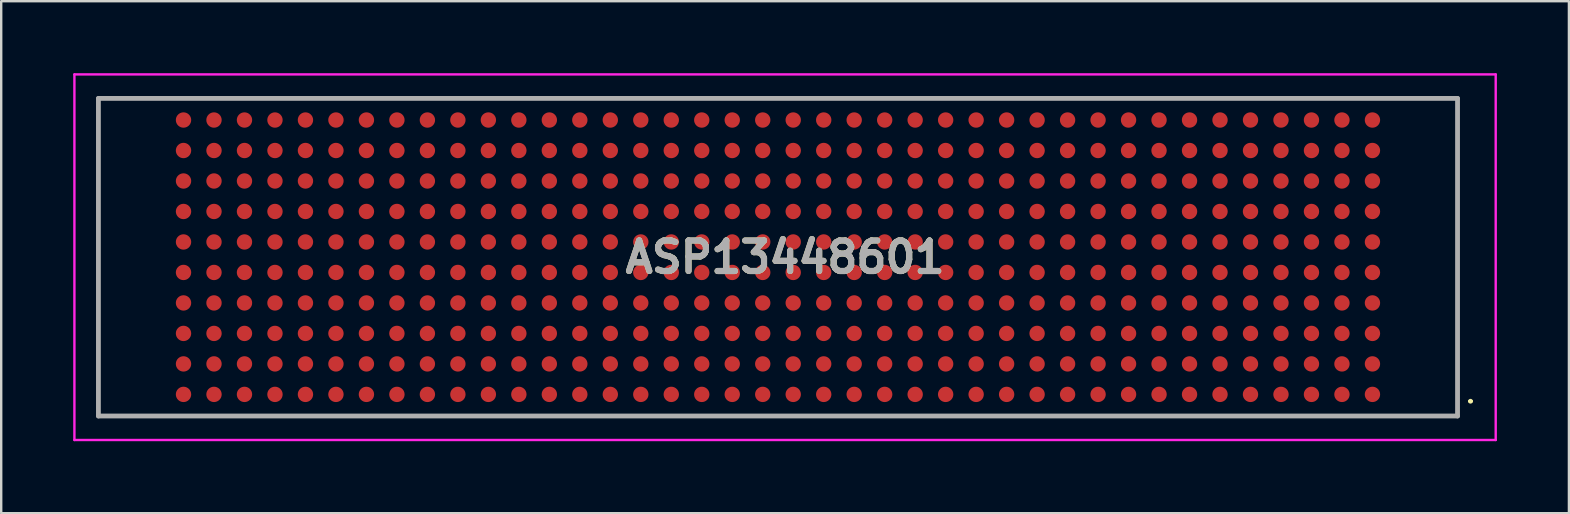
<source format=kicad_pcb>
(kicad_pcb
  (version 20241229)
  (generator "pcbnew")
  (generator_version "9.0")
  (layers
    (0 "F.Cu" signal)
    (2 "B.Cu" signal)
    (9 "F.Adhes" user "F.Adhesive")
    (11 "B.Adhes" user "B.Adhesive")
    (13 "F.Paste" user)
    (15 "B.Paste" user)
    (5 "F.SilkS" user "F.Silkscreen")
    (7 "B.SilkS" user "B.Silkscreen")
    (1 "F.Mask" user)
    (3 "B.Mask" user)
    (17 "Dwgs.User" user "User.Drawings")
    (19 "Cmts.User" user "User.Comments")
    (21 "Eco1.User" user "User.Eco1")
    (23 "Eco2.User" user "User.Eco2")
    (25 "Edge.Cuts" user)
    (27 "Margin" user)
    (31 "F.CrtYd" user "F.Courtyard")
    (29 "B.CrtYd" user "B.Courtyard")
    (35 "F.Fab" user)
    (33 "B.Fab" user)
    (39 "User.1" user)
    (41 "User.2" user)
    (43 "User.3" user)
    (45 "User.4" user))
  (footprint "ASP13448601"
    (layer "F.Cu")
    (at 29.655 7.665)
    (property "Reference" "ASP13448601" (at 0 0 0) (layer "F.SilkS") (effects (font (size 1.27 1.27) (thickness 0.254))))
    (attr through_hole)
    (fp_line (start -28.605 -6.615) (end 28.015 -6.615) (stroke (width 0.1) (type solid)) (layer "F.SilkS"))
    (fp_line (start -28.605 6.615) (end -28.605 -6.615) (stroke (width 0.1) (type solid)) (layer "F.SilkS"))
    (fp_line (start 28.015 -6.615) (end 28.015 6.615) (stroke (width 0.1) (type solid)) (layer "F.SilkS"))
    (fp_line (start 28.015 6.615) (end -28.605 6.615) (stroke (width 0.1) (type solid)) (layer "F.SilkS"))
    (fp_line (start 28.505 6) (end 28.505 6) (stroke (width 0.1) (type solid)) (layer "F.SilkS"))
    (fp_line (start 28.605 6) (end 28.605 6) (stroke (width 0.1) (type solid)) (layer "F.SilkS"))
    (fp_arc (start 28.505 6) (mid 28.555 5.95) (end 28.605 6) (stroke (width 0.1) (type solid)) (layer "F.SilkS"))
    (fp_arc (start 28.605 6) (mid 28.555 6.05) (end 28.505 6) (stroke (width 0.1) (type solid)) (layer "F.SilkS"))
    (fp_line (start -29.605 -7.615) (end 29.605 -7.615) (stroke (width 0.1) (type solid)) (layer "F.CrtYd"))
    (fp_line (start -29.605 7.615) (end -29.605 -7.615) (stroke (width 0.1) (type solid)) (layer "F.CrtYd"))
    (fp_line (start 29.605 -7.615) (end 29.605 7.615) (stroke (width 0.1) (type solid)) (layer "F.CrtYd"))
    (fp_line (start 29.605 7.615) (end -29.605 7.615) (stroke (width 0.1) (type solid)) (layer "F.CrtYd"))
    (fp_line (start -28.605 -6.615) (end 28.015 -6.615) (stroke (width 0.2) (type solid)) (layer "F.Fab"))
    (fp_line (start -28.605 6.615) (end -28.605 -6.615) (stroke (width 0.2) (type solid)) (layer "F.Fab"))
    (fp_line (start 28.015 -6.615) (end 28.015 6.615) (stroke (width 0.2) (type solid)) (layer "F.Fab"))
    (fp_line (start 28.015 6.615) (end -28.605 6.615) (stroke (width 0.2) (type solid)) (layer "F.Fab"))
    (fp_text user "${REFERENCE}" (at 0 0 0) (layer "F.Fab") (effects (font (size 1.27 1.27) (thickness 0.254))))
    (pad "" np_thru_hole circle (at -27.485 0) (size 0.001 0.001) (drill 1.27) (layers "*.Cu" "*.Mask"))
    (pad "" np_thru_hole circle (at 26.895 3.05) (size 0.001 0.001) (drill 1.27) (layers "*.Cu" "*.Mask"))
    (pad "A1" smd circle (at 24.47 5.715 90) (size 0.64 0.64) (layers "F.Cu" "F.Mask" "F.Paste"))
    (pad "A2" smd circle (at 23.2 5.715 90) (size 0.64 0.64) (layers "F.Cu" "F.Mask" "F.Paste"))
    (pad "A3" smd circle (at 21.93 5.715 90) (size 0.64 0.64) (layers "F.Cu" "F.Mask" "F.Paste"))
    (pad "A4" smd circle (at 20.66 5.715 90) (size 0.64 0.64) (layers "F.Cu" "F.Mask" "F.Paste"))
    (pad "A5" smd circle (at 19.39 5.715 90) (size 0.64 0.64) (layers "F.Cu" "F.Mask" "F.Paste"))
    (pad "A6" smd circle (at 18.12 5.715 90) (size 0.64 0.64) (layers "F.Cu" "F.Mask" "F.Paste"))
    (pad "A7" smd circle (at 16.85 5.715 90) (size 0.64 0.64) (layers "F.Cu" "F.Mask" "F.Paste"))
    (pad "A8" smd circle (at 15.58 5.715 90) (size 0.64 0.64) (layers "F.Cu" "F.Mask" "F.Paste"))
    (pad "A9" smd circle (at 14.31 5.715 90) (size 0.64 0.64) (layers "F.Cu" "F.Mask" "F.Paste"))
    (pad "A10" smd circle (at 13.04 5.715 90) (size 0.64 0.64) (layers "F.Cu" "F.Mask" "F.Paste"))
    (pad "A11" smd circle (at 11.77 5.715 90) (size 0.64 0.64) (layers "F.Cu" "F.Mask" "F.Paste"))
    (pad "A12" smd circle (at 10.5 5.715 90) (size 0.64 0.64) (layers "F.Cu" "F.Mask" "F.Paste"))
    (pad "A13" smd circle (at 9.23 5.715 90) (size 0.64 0.64) (layers "F.Cu" "F.Mask" "F.Paste"))
    (pad "A14" smd circle (at 7.96 5.715 90) (size 0.64 0.64) (layers "F.Cu" "F.Mask" "F.Paste"))
    (pad "A15" smd circle (at 6.69 5.715 90) (size 0.64 0.64) (layers "F.Cu" "F.Mask" "F.Paste"))
    (pad "A16" smd circle (at 5.42 5.715 90) (size 0.64 0.64) (layers "F.Cu" "F.Mask" "F.Paste"))
    (pad "A17" smd circle (at 4.15 5.715 90) (size 0.64 0.64) (layers "F.Cu" "F.Mask" "F.Paste"))
    (pad "A18" smd circle (at 2.88 5.715 90) (size 0.64 0.64) (layers "F.Cu" "F.Mask" "F.Paste"))
    (pad "A19" smd circle (at 1.61 5.715 90) (size 0.64 0.64) (layers "F.Cu" "F.Mask" "F.Paste"))
    (pad "A20" smd circle (at 0.34 5.715 90) (size 0.64 0.64) (layers "F.Cu" "F.Mask" "F.Paste"))
    (pad "A21" smd circle (at -0.93 5.715 90) (size 0.64 0.64) (layers "F.Cu" "F.Mask" "F.Paste"))
    (pad "A22" smd circle (at -2.2 5.715 90) (size 0.64 0.64) (layers "F.Cu" "F.Mask" "F.Paste"))
    (pad "A23" smd circle (at -3.47 5.715 90) (size 0.64 0.64) (layers "F.Cu" "F.Mask" "F.Paste"))
    (pad "A24" smd circle (at -4.74 5.715 90) (size 0.64 0.64) (layers "F.Cu" "F.Mask" "F.Paste"))
    (pad "A25" smd circle (at -6.01 5.715 90) (size 0.64 0.64) (layers "F.Cu" "F.Mask" "F.Paste"))
    (pad "A26" smd circle (at -7.28 5.715 90) (size 0.64 0.64) (layers "F.Cu" "F.Mask" "F.Paste"))
    (pad "A27" smd circle (at -8.55 5.715 90) (size 0.64 0.64) (layers "F.Cu" "F.Mask" "F.Paste"))
    (pad "A28" smd circle (at -9.82 5.715 90) (size 0.64 0.64) (layers "F.Cu" "F.Mask" "F.Paste"))
    (pad "A29" smd circle (at -11.09 5.715 90) (size 0.64 0.64) (layers "F.Cu" "F.Mask" "F.Paste"))
    (pad "A30" smd circle (at -12.36 5.715 90) (size 0.64 0.64) (layers "F.Cu" "F.Mask" "F.Paste"))
    (pad "A31" smd circle (at -13.63 5.715 90) (size 0.64 0.64) (layers "F.Cu" "F.Mask" "F.Paste"))
    (pad "A32" smd circle (at -14.9 5.715 90) (size 0.64 0.64) (layers "F.Cu" "F.Mask" "F.Paste"))
    (pad "A33" smd circle (at -16.17 5.715 90) (size 0.64 0.64) (layers "F.Cu" "F.Mask" "F.Paste"))
    (pad "A34" smd circle (at -17.44 5.715 90) (size 0.64 0.64) (layers "F.Cu" "F.Mask" "F.Paste"))
    (pad "A35" smd circle (at -18.71 5.715 90) (size 0.64 0.64) (layers "F.Cu" "F.Mask" "F.Paste"))
    (pad "A36" smd circle (at -19.98 5.715 90) (size 0.64 0.64) (layers "F.Cu" "F.Mask" "F.Paste"))
    (pad "A37" smd circle (at -21.25 5.715 90) (size 0.64 0.64) (layers "F.Cu" "F.Mask" "F.Paste"))
    (pad "A38" smd circle (at -22.52 5.715 90) (size 0.64 0.64) (layers "F.Cu" "F.Mask" "F.Paste"))
    (pad "A39" smd circle (at -23.79 5.715 90) (size 0.64 0.64) (layers "F.Cu" "F.Mask" "F.Paste"))
    (pad "A40" smd circle (at -25.06 5.715 90) (size 0.64 0.64) (layers "F.Cu" "F.Mask" "F.Paste"))
    (pad "B1" smd circle (at 24.47 4.445 90) (size 0.64 0.64) (layers "F.Cu" "F.Mask" "F.Paste"))
    (pad "B2" smd circle (at 23.2 4.445 90) (size 0.64 0.64) (layers "F.Cu" "F.Mask" "F.Paste"))
    (pad "B3" smd circle (at 21.93 4.445 90) (size 0.64 0.64) (layers "F.Cu" "F.Mask" "F.Paste"))
    (pad "B4" smd circle (at 20.66 4.445 90) (size 0.64 0.64) (layers "F.Cu" "F.Mask" "F.Paste"))
    (pad "B5" smd circle (at 19.39 4.445 90) (size 0.64 0.64) (layers "F.Cu" "F.Mask" "F.Paste"))
    (pad "B6" smd circle (at 18.12 4.445 90) (size 0.64 0.64) (layers "F.Cu" "F.Mask" "F.Paste"))
    (pad "B7" smd circle (at 16.85 4.445 90) (size 0.64 0.64) (layers "F.Cu" "F.Mask" "F.Paste"))
    (pad "B8" smd circle (at 15.58 4.445 90) (size 0.64 0.64) (layers "F.Cu" "F.Mask" "F.Paste"))
    (pad "B9" smd circle (at 14.31 4.445 90) (size 0.64 0.64) (layers "F.Cu" "F.Mask" "F.Paste"))
    (pad "B10" smd circle (at 13.04 4.445 90) (size 0.64 0.64) (layers "F.Cu" "F.Mask" "F.Paste"))
    (pad "B11" smd circle (at 11.77 4.445 90) (size 0.64 0.64) (layers "F.Cu" "F.Mask" "F.Paste"))
    (pad "B12" smd circle (at 10.5 4.445 90) (size 0.64 0.64) (layers "F.Cu" "F.Mask" "F.Paste"))
    (pad "B13" smd circle (at 9.23 4.445 90) (size 0.64 0.64) (layers "F.Cu" "F.Mask" "F.Paste"))
    (pad "B14" smd circle (at 7.96 4.445 90) (size 0.64 0.64) (layers "F.Cu" "F.Mask" "F.Paste"))
    (pad "B15" smd circle (at 6.69 4.445 90) (size 0.64 0.64) (layers "F.Cu" "F.Mask" "F.Paste"))
    (pad "B16" smd circle (at 5.42 4.445 90) (size 0.64 0.64) (layers "F.Cu" "F.Mask" "F.Paste"))
    (pad "B17" smd circle (at 4.15 4.445 90) (size 0.64 0.64) (layers "F.Cu" "F.Mask" "F.Paste"))
    (pad "B18" smd circle (at 2.88 4.445 90) (size 0.64 0.64) (layers "F.Cu" "F.Mask" "F.Paste"))
    (pad "B19" smd circle (at 1.61 4.445 90) (size 0.64 0.64) (layers "F.Cu" "F.Mask" "F.Paste"))
    (pad "B20" smd circle (at 0.34 4.445 90) (size 0.64 0.64) (layers "F.Cu" "F.Mask" "F.Paste"))
    (pad "B21" smd circle (at -0.93 4.445 90) (size 0.64 0.64) (layers "F.Cu" "F.Mask" "F.Paste"))
    (pad "B22" smd circle (at -2.2 4.445 90) (size 0.64 0.64) (layers "F.Cu" "F.Mask" "F.Paste"))
    (pad "B23" smd circle (at -3.47 4.445 90) (size 0.64 0.64) (layers "F.Cu" "F.Mask" "F.Paste"))
    (pad "B24" smd circle (at -4.74 4.445 90) (size 0.64 0.64) (layers "F.Cu" "F.Mask" "F.Paste"))
    (pad "B25" smd circle (at -6.01 4.445 90) (size 0.64 0.64) (layers "F.Cu" "F.Mask" "F.Paste"))
    (pad "B26" smd circle (at -7.28 4.445 90) (size 0.64 0.64) (layers "F.Cu" "F.Mask" "F.Paste"))
    (pad "B27" smd circle (at -8.55 4.445 90) (size 0.64 0.64) (layers "F.Cu" "F.Mask" "F.Paste"))
    (pad "B28" smd circle (at -9.82 4.445 90) (size 0.64 0.64) (layers "F.Cu" "F.Mask" "F.Paste"))
    (pad "B29" smd circle (at -11.09 4.445 90) (size 0.64 0.64) (layers "F.Cu" "F.Mask" "F.Paste"))
    (pad "B30" smd circle (at -12.36 4.445 90) (size 0.64 0.64) (layers "F.Cu" "F.Mask" "F.Paste"))
    (pad "B31" smd circle (at -13.63 4.445 90) (size 0.64 0.64) (layers "F.Cu" "F.Mask" "F.Paste"))
    (pad "B32" smd circle (at -14.9 4.445 90) (size 0.64 0.64) (layers "F.Cu" "F.Mask" "F.Paste"))
    (pad "B33" smd circle (at -16.17 4.445 90) (size 0.64 0.64) (layers "F.Cu" "F.Mask" "F.Paste"))
    (pad "B34" smd circle (at -17.44 4.445 90) (size 0.64 0.64) (layers "F.Cu" "F.Mask" "F.Paste"))
    (pad "B35" smd circle (at -18.71 4.445 90) (size 0.64 0.64) (layers "F.Cu" "F.Mask" "F.Paste"))
    (pad "B36" smd circle (at -19.98 4.445 90) (size 0.64 0.64) (layers "F.Cu" "F.Mask" "F.Paste"))
    (pad "B37" smd circle (at -21.25 4.445 90) (size 0.64 0.64) (layers "F.Cu" "F.Mask" "F.Paste"))
    (pad "B38" smd circle (at -22.52 4.445 90) (size 0.64 0.64) (layers "F.Cu" "F.Mask" "F.Paste"))
    (pad "B39" smd circle (at -23.79 4.445 90) (size 0.64 0.64) (layers "F.Cu" "F.Mask" "F.Paste"))
    (pad "B40" smd circle (at -25.06 4.445 90) (size 0.64 0.64) (layers "F.Cu" "F.Mask" "F.Paste"))
    (pad "C1" smd circle (at 24.47 3.175 90) (size 0.64 0.64) (layers "F.Cu" "F.Mask" "F.Paste"))
    (pad "C2" smd circle (at 23.2 3.175 90) (size 0.64 0.64) (layers "F.Cu" "F.Mask" "F.Paste"))
    (pad "C3" smd circle (at 21.93 3.175 90) (size 0.64 0.64) (layers "F.Cu" "F.Mask" "F.Paste"))
    (pad "C4" smd circle (at 20.66 3.175 90) (size 0.64 0.64) (layers "F.Cu" "F.Mask" "F.Paste"))
    (pad "C5" smd circle (at 19.39 3.175 90) (size 0.64 0.64) (layers "F.Cu" "F.Mask" "F.Paste"))
    (pad "C6" smd circle (at 18.12 3.175 90) (size 0.64 0.64) (layers "F.Cu" "F.Mask" "F.Paste"))
    (pad "C7" smd circle (at 16.85 3.175 90) (size 0.64 0.64) (layers "F.Cu" "F.Mask" "F.Paste"))
    (pad "C8" smd circle (at 15.58 3.175 90) (size 0.64 0.64) (layers "F.Cu" "F.Mask" "F.Paste"))
    (pad "C9" smd circle (at 14.31 3.175 90) (size 0.64 0.64) (layers "F.Cu" "F.Mask" "F.Paste"))
    (pad "C10" smd circle (at 13.04 3.175 90) (size 0.64 0.64) (layers "F.Cu" "F.Mask" "F.Paste"))
    (pad "C11" smd circle (at 11.77 3.175 90) (size 0.64 0.64) (layers "F.Cu" "F.Mask" "F.Paste"))
    (pad "C12" smd circle (at 10.5 3.175 90) (size 0.64 0.64) (layers "F.Cu" "F.Mask" "F.Paste"))
    (pad "C13" smd circle (at 9.23 3.175 90) (size 0.64 0.64) (layers "F.Cu" "F.Mask" "F.Paste"))
    (pad "C14" smd circle (at 7.96 3.175 90) (size 0.64 0.64) (layers "F.Cu" "F.Mask" "F.Paste"))
    (pad "C15" smd circle (at 6.69 3.175 90) (size 0.64 0.64) (layers "F.Cu" "F.Mask" "F.Paste"))
    (pad "C16" smd circle (at 5.42 3.175 90) (size 0.64 0.64) (layers "F.Cu" "F.Mask" "F.Paste"))
    (pad "C17" smd circle (at 4.15 3.175 90) (size 0.64 0.64) (layers "F.Cu" "F.Mask" "F.Paste"))
    (pad "C18" smd circle (at 2.88 3.175 90) (size 0.64 0.64) (layers "F.Cu" "F.Mask" "F.Paste"))
    (pad "C19" smd circle (at 1.61 3.175 90) (size 0.64 0.64) (layers "F.Cu" "F.Mask" "F.Paste"))
    (pad "C20" smd circle (at 0.34 3.175 90) (size 0.64 0.64) (layers "F.Cu" "F.Mask" "F.Paste"))
    (pad "C21" smd circle (at -0.93 3.175 90) (size 0.64 0.64) (layers "F.Cu" "F.Mask" "F.Paste"))
    (pad "C22" smd circle (at -2.2 3.175 90) (size 0.64 0.64) (layers "F.Cu" "F.Mask" "F.Paste"))
    (pad "C23" smd circle (at -3.47 3.175 90) (size 0.64 0.64) (layers "F.Cu" "F.Mask" "F.Paste"))
    (pad "C24" smd circle (at -4.74 3.175 90) (size 0.64 0.64) (layers "F.Cu" "F.Mask" "F.Paste"))
    (pad "C25" smd circle (at -6.01 3.175 90) (size 0.64 0.64) (layers "F.Cu" "F.Mask" "F.Paste"))
    (pad "C26" smd circle (at -7.28 3.175 90) (size 0.64 0.64) (layers "F.Cu" "F.Mask" "F.Paste"))
    (pad "C27" smd circle (at -8.55 3.175 90) (size 0.64 0.64) (layers "F.Cu" "F.Mask" "F.Paste"))
    (pad "C28" smd circle (at -9.82 3.175 90) (size 0.64 0.64) (layers "F.Cu" "F.Mask" "F.Paste"))
    (pad "C29" smd circle (at -11.09 3.175 90) (size 0.64 0.64) (layers "F.Cu" "F.Mask" "F.Paste"))
    (pad "C30" smd circle (at -12.36 3.175 90) (size 0.64 0.64) (layers "F.Cu" "F.Mask" "F.Paste"))
    (pad "C31" smd circle (at -13.63 3.175 90) (size 0.64 0.64) (layers "F.Cu" "F.Mask" "F.Paste"))
    (pad "C32" smd circle (at -14.9 3.175 90) (size 0.64 0.64) (layers "F.Cu" "F.Mask" "F.Paste"))
    (pad "C33" smd circle (at -16.17 3.175 90) (size 0.64 0.64) (layers "F.Cu" "F.Mask" "F.Paste"))
    (pad "C34" smd circle (at -17.44 3.175 90) (size 0.64 0.64) (layers "F.Cu" "F.Mask" "F.Paste"))
    (pad "C35" smd circle (at -18.71 3.175 90) (size 0.64 0.64) (layers "F.Cu" "F.Mask" "F.Paste"))
    (pad "C36" smd circle (at -19.98 3.175 90) (size 0.64 0.64) (layers "F.Cu" "F.Mask" "F.Paste"))
    (pad "C37" smd circle (at -21.25 3.175 90) (size 0.64 0.64) (layers "F.Cu" "F.Mask" "F.Paste"))
    (pad "C38" smd circle (at -22.52 3.175 90) (size 0.64 0.64) (layers "F.Cu" "F.Mask" "F.Paste"))
    (pad "C39" smd circle (at -23.79 3.175 90) (size 0.64 0.64) (layers "F.Cu" "F.Mask" "F.Paste"))
    (pad "C40" smd circle (at -25.06 3.175 90) (size 0.64 0.64) (layers "F.Cu" "F.Mask" "F.Paste"))
    (pad "D1" smd circle (at 24.47 1.905 90) (size 0.64 0.64) (layers "F.Cu" "F.Mask" "F.Paste"))
    (pad "D2" smd circle (at 23.2 1.905 90) (size 0.64 0.64) (layers "F.Cu" "F.Mask" "F.Paste"))
    (pad "D3" smd circle (at 21.93 1.905 90) (size 0.64 0.64) (layers "F.Cu" "F.Mask" "F.Paste"))
    (pad "D4" smd circle (at 20.66 1.905 90) (size 0.64 0.64) (layers "F.Cu" "F.Mask" "F.Paste"))
    (pad "D5" smd circle (at 19.39 1.905 90) (size 0.64 0.64) (layers "F.Cu" "F.Mask" "F.Paste"))
    (pad "D6" smd circle (at 18.12 1.905 90) (size 0.64 0.64) (layers "F.Cu" "F.Mask" "F.Paste"))
    (pad "D7" smd circle (at 16.85 1.905 90) (size 0.64 0.64) (layers "F.Cu" "F.Mask" "F.Paste"))
    (pad "D8" smd circle (at 15.58 1.905 90) (size 0.64 0.64) (layers "F.Cu" "F.Mask" "F.Paste"))
    (pad "D9" smd circle (at 14.31 1.905 90) (size 0.64 0.64) (layers "F.Cu" "F.Mask" "F.Paste"))
    (pad "D10" smd circle (at 13.04 1.905 90) (size 0.64 0.64) (layers "F.Cu" "F.Mask" "F.Paste"))
    (pad "D11" smd circle (at 11.77 1.905 90) (size 0.64 0.64) (layers "F.Cu" "F.Mask" "F.Paste"))
    (pad "D12" smd circle (at 10.5 1.905 90) (size 0.64 0.64) (layers "F.Cu" "F.Mask" "F.Paste"))
    (pad "D13" smd circle (at 9.23 1.905 90) (size 0.64 0.64) (layers "F.Cu" "F.Mask" "F.Paste"))
    (pad "D14" smd circle (at 7.96 1.905 90) (size 0.64 0.64) (layers "F.Cu" "F.Mask" "F.Paste"))
    (pad "D15" smd circle (at 6.69 1.905 90) (size 0.64 0.64) (layers "F.Cu" "F.Mask" "F.Paste"))
    (pad "D16" smd circle (at 5.42 1.905 90) (size 0.64 0.64) (layers "F.Cu" "F.Mask" "F.Paste"))
    (pad "D17" smd circle (at 4.15 1.905 90) (size 0.64 0.64) (layers "F.Cu" "F.Mask" "F.Paste"))
    (pad "D18" smd circle (at 2.88 1.905 90) (size 0.64 0.64) (layers "F.Cu" "F.Mask" "F.Paste"))
    (pad "D19" smd circle (at 1.61 1.905 90) (size 0.64 0.64) (layers "F.Cu" "F.Mask" "F.Paste"))
    (pad "D20" smd circle (at 0.34 1.905 90) (size 0.64 0.64) (layers "F.Cu" "F.Mask" "F.Paste"))
    (pad "D21" smd circle (at -0.93 1.905 90) (size 0.64 0.64) (layers "F.Cu" "F.Mask" "F.Paste"))
    (pad "D22" smd circle (at -2.2 1.905 90) (size 0.64 0.64) (layers "F.Cu" "F.Mask" "F.Paste"))
    (pad "D23" smd circle (at -3.47 1.905 90) (size 0.64 0.64) (layers "F.Cu" "F.Mask" "F.Paste"))
    (pad "D24" smd circle (at -4.74 1.905 90) (size 0.64 0.64) (layers "F.Cu" "F.Mask" "F.Paste"))
    (pad "D25" smd circle (at -6.01 1.905 90) (size 0.64 0.64) (layers "F.Cu" "F.Mask" "F.Paste"))
    (pad "D26" smd circle (at -7.28 1.905 90) (size 0.64 0.64) (layers "F.Cu" "F.Mask" "F.Paste"))
    (pad "D27" smd circle (at -8.55 1.905 90) (size 0.64 0.64) (layers "F.Cu" "F.Mask" "F.Paste"))
    (pad "D28" smd circle (at -9.82 1.905 90) (size 0.64 0.64) (layers "F.Cu" "F.Mask" "F.Paste"))
    (pad "D29" smd circle (at -11.09 1.905 90) (size 0.64 0.64) (layers "F.Cu" "F.Mask" "F.Paste"))
    (pad "D30" smd circle (at -12.36 1.905 90) (size 0.64 0.64) (layers "F.Cu" "F.Mask" "F.Paste"))
    (pad "D31" smd circle (at -13.63 1.905 90) (size 0.64 0.64) (layers "F.Cu" "F.Mask" "F.Paste"))
    (pad "D32" smd circle (at -14.9 1.905 90) (size 0.64 0.64) (layers "F.Cu" "F.Mask" "F.Paste"))
    (pad "D33" smd circle (at -16.17 1.905 90) (size 0.64 0.64) (layers "F.Cu" "F.Mask" "F.Paste"))
    (pad "D34" smd circle (at -17.44 1.905 90) (size 0.64 0.64) (layers "F.Cu" "F.Mask" "F.Paste"))
    (pad "D35" smd circle (at -18.71 1.905 90) (size 0.64 0.64) (layers "F.Cu" "F.Mask" "F.Paste"))
    (pad "D36" smd circle (at -19.98 1.905 90) (size 0.64 0.64) (layers "F.Cu" "F.Mask" "F.Paste"))
    (pad "D37" smd circle (at -21.25 1.905 90) (size 0.64 0.64) (layers "F.Cu" "F.Mask" "F.Paste"))
    (pad "D38" smd circle (at -22.52 1.905 90) (size 0.64 0.64) (layers "F.Cu" "F.Mask" "F.Paste"))
    (pad "D39" smd circle (at -23.79 1.905 90) (size 0.64 0.64) (layers "F.Cu" "F.Mask" "F.Paste"))
    (pad "D40" smd circle (at -25.06 1.905 90) (size 0.64 0.64) (layers "F.Cu" "F.Mask" "F.Paste"))
    (pad "E1" smd circle (at 24.47 0.635 90) (size 0.64 0.64) (layers "F.Cu" "F.Mask" "F.Paste"))
    (pad "E2" smd circle (at 23.2 0.635 90) (size 0.64 0.64) (layers "F.Cu" "F.Mask" "F.Paste"))
    (pad "E3" smd circle (at 21.93 0.635 90) (size 0.64 0.64) (layers "F.Cu" "F.Mask" "F.Paste"))
    (pad "E4" smd circle (at 20.66 0.635 90) (size 0.64 0.64) (layers "F.Cu" "F.Mask" "F.Paste"))
    (pad "E5" smd circle (at 19.39 0.635 90) (size 0.64 0.64) (layers "F.Cu" "F.Mask" "F.Paste"))
    (pad "E6" smd circle (at 18.12 0.635 90) (size 0.64 0.64) (layers "F.Cu" "F.Mask" "F.Paste"))
    (pad "E7" smd circle (at 16.85 0.635 90) (size 0.64 0.64) (layers "F.Cu" "F.Mask" "F.Paste"))
    (pad "E8" smd circle (at 15.58 0.635 90) (size 0.64 0.64) (layers "F.Cu" "F.Mask" "F.Paste"))
    (pad "E9" smd circle (at 14.31 0.635 90) (size 0.64 0.64) (layers "F.Cu" "F.Mask" "F.Paste"))
    (pad "E10" smd circle (at 13.04 0.635 90) (size 0.64 0.64) (layers "F.Cu" "F.Mask" "F.Paste"))
    (pad "E11" smd circle (at 11.77 0.635 90) (size 0.64 0.64) (layers "F.Cu" "F.Mask" "F.Paste"))
    (pad "E12" smd circle (at 10.5 0.635 90) (size 0.64 0.64) (layers "F.Cu" "F.Mask" "F.Paste"))
    (pad "E13" smd circle (at 9.23 0.635 90) (size 0.64 0.64) (layers "F.Cu" "F.Mask" "F.Paste"))
    (pad "E14" smd circle (at 7.96 0.635 90) (size 0.64 0.64) (layers "F.Cu" "F.Mask" "F.Paste"))
    (pad "E15" smd circle (at 6.69 0.635 90) (size 0.64 0.64) (layers "F.Cu" "F.Mask" "F.Paste"))
    (pad "E16" smd circle (at 5.42 0.635 90) (size 0.64 0.64) (layers "F.Cu" "F.Mask" "F.Paste"))
    (pad "E17" smd circle (at 4.15 0.635 90) (size 0.64 0.64) (layers "F.Cu" "F.Mask" "F.Paste"))
    (pad "E18" smd circle (at 2.88 0.635 90) (size 0.64 0.64) (layers "F.Cu" "F.Mask" "F.Paste"))
    (pad "E19" smd circle (at 1.61 0.635 90) (size 0.64 0.64) (layers "F.Cu" "F.Mask" "F.Paste"))
    (pad "E20" smd circle (at 0.34 0.635 90) (size 0.64 0.64) (layers "F.Cu" "F.Mask" "F.Paste"))
    (pad "E21" smd circle (at -0.93 0.635 90) (size 0.64 0.64) (layers "F.Cu" "F.Mask" "F.Paste"))
    (pad "E22" smd circle (at -2.2 0.635 90) (size 0.64 0.64) (layers "F.Cu" "F.Mask" "F.Paste"))
    (pad "E23" smd circle (at -3.47 0.635 90) (size 0.64 0.64) (layers "F.Cu" "F.Mask" "F.Paste"))
    (pad "E24" smd circle (at -4.74 0.635 90) (size 0.64 0.64) (layers "F.Cu" "F.Mask" "F.Paste"))
    (pad "E25" smd circle (at -6.01 0.635 90) (size 0.64 0.64) (layers "F.Cu" "F.Mask" "F.Paste"))
    (pad "E26" smd circle (at -7.28 0.635 90) (size 0.64 0.64) (layers "F.Cu" "F.Mask" "F.Paste"))
    (pad "E27" smd circle (at -8.55 0.635 90) (size 0.64 0.64) (layers "F.Cu" "F.Mask" "F.Paste"))
    (pad "E28" smd circle (at -9.82 0.635 90) (size 0.64 0.64) (layers "F.Cu" "F.Mask" "F.Paste"))
    (pad "E29" smd circle (at -11.09 0.635 90) (size 0.64 0.64) (layers "F.Cu" "F.Mask" "F.Paste"))
    (pad "E30" smd circle (at -12.36 0.635 90) (size 0.64 0.64) (layers "F.Cu" "F.Mask" "F.Paste"))
    (pad "E31" smd circle (at -13.63 0.635 90) (size 0.64 0.64) (layers "F.Cu" "F.Mask" "F.Paste"))
    (pad "E32" smd circle (at -14.9 0.635 90) (size 0.64 0.64) (layers "F.Cu" "F.Mask" "F.Paste"))
    (pad "E33" smd circle (at -16.17 0.635 90) (size 0.64 0.64) (layers "F.Cu" "F.Mask" "F.Paste"))
    (pad "E34" smd circle (at -17.44 0.635 90) (size 0.64 0.64) (layers "F.Cu" "F.Mask" "F.Paste"))
    (pad "E35" smd circle (at -18.71 0.635 90) (size 0.64 0.64) (layers "F.Cu" "F.Mask" "F.Paste"))
    (pad "E36" smd circle (at -19.98 0.635 90) (size 0.64 0.64) (layers "F.Cu" "F.Mask" "F.Paste"))
    (pad "E37" smd circle (at -21.25 0.635 90) (size 0.64 0.64) (layers "F.Cu" "F.Mask" "F.Paste"))
    (pad "E38" smd circle (at -22.52 0.635 90) (size 0.64 0.64) (layers "F.Cu" "F.Mask" "F.Paste"))
    (pad "E39" smd circle (at -23.79 0.635 90) (size 0.64 0.64) (layers "F.Cu" "F.Mask" "F.Paste"))
    (pad "E40" smd circle (at -25.06 0.635 90) (size 0.64 0.64) (layers "F.Cu" "F.Mask" "F.Paste"))
    (pad "F1" smd circle (at 24.47 -0.635 90) (size 0.64 0.64) (layers "F.Cu" "F.Mask" "F.Paste"))
    (pad "F2" smd circle (at 23.2 -0.635 90) (size 0.64 0.64) (layers "F.Cu" "F.Mask" "F.Paste"))
    (pad "F3" smd circle (at 21.93 -0.635 90) (size 0.64 0.64) (layers "F.Cu" "F.Mask" "F.Paste"))
    (pad "F4" smd circle (at 20.66 -0.635 90) (size 0.64 0.64) (layers "F.Cu" "F.Mask" "F.Paste"))
    (pad "F5" smd circle (at 19.39 -0.635 90) (size 0.64 0.64) (layers "F.Cu" "F.Mask" "F.Paste"))
    (pad "F6" smd circle (at 18.12 -0.635 90) (size 0.64 0.64) (layers "F.Cu" "F.Mask" "F.Paste"))
    (pad "F7" smd circle (at 16.85 -0.635 90) (size 0.64 0.64) (layers "F.Cu" "F.Mask" "F.Paste"))
    (pad "F8" smd circle (at 15.58 -0.635 90) (size 0.64 0.64) (layers "F.Cu" "F.Mask" "F.Paste"))
    (pad "F9" smd circle (at 14.31 -0.635 90) (size 0.64 0.64) (layers "F.Cu" "F.Mask" "F.Paste"))
    (pad "F10" smd circle (at 13.04 -0.635 90) (size 0.64 0.64) (layers "F.Cu" "F.Mask" "F.Paste"))
    (pad "F11" smd circle (at 11.77 -0.635 90) (size 0.64 0.64) (layers "F.Cu" "F.Mask" "F.Paste"))
    (pad "F12" smd circle (at 10.5 -0.635 90) (size 0.64 0.64) (layers "F.Cu" "F.Mask" "F.Paste"))
    (pad "F13" smd circle (at 9.23 -0.635 90) (size 0.64 0.64) (layers "F.Cu" "F.Mask" "F.Paste"))
    (pad "F14" smd circle (at 7.96 -0.635 90) (size 0.64 0.64) (layers "F.Cu" "F.Mask" "F.Paste"))
    (pad "F15" smd circle (at 6.69 -0.635 90) (size 0.64 0.64) (layers "F.Cu" "F.Mask" "F.Paste"))
    (pad "F16" smd circle (at 5.42 -0.635 90) (size 0.64 0.64) (layers "F.Cu" "F.Mask" "F.Paste"))
    (pad "F17" smd circle (at 4.15 -0.635 90) (size 0.64 0.64) (layers "F.Cu" "F.Mask" "F.Paste"))
    (pad "F18" smd circle (at 2.88 -0.635 90) (size 0.64 0.64) (layers "F.Cu" "F.Mask" "F.Paste"))
    (pad "F19" smd circle (at 1.61 -0.635 90) (size 0.64 0.64) (layers "F.Cu" "F.Mask" "F.Paste"))
    (pad "F20" smd circle (at 0.34 -0.635 90) (size 0.64 0.64) (layers "F.Cu" "F.Mask" "F.Paste"))
    (pad "F21" smd circle (at -0.93 -0.635 90) (size 0.64 0.64) (layers "F.Cu" "F.Mask" "F.Paste"))
    (pad "F22" smd circle (at -2.2 -0.635 90) (size 0.64 0.64) (layers "F.Cu" "F.Mask" "F.Paste"))
    (pad "F23" smd circle (at -3.47 -0.635 90) (size 0.64 0.64) (layers "F.Cu" "F.Mask" "F.Paste"))
    (pad "F24" smd circle (at -4.74 -0.635 90) (size 0.64 0.64) (layers "F.Cu" "F.Mask" "F.Paste"))
    (pad "F25" smd circle (at -6.01 -0.635 90) (size 0.64 0.64) (layers "F.Cu" "F.Mask" "F.Paste"))
    (pad "F26" smd circle (at -7.28 -0.635 90) (size 0.64 0.64) (layers "F.Cu" "F.Mask" "F.Paste"))
    (pad "F27" smd circle (at -8.55 -0.635 90) (size 0.64 0.64) (layers "F.Cu" "F.Mask" "F.Paste"))
    (pad "F28" smd circle (at -9.82 -0.635 90) (size 0.64 0.64) (layers "F.Cu" "F.Mask" "F.Paste"))
    (pad "F29" smd circle (at -11.09 -0.635 90) (size 0.64 0.64) (layers "F.Cu" "F.Mask" "F.Paste"))
    (pad "F30" smd circle (at -12.36 -0.635 90) (size 0.64 0.64) (layers "F.Cu" "F.Mask" "F.Paste"))
    (pad "F31" smd circle (at -13.63 -0.635 90) (size 0.64 0.64) (layers "F.Cu" "F.Mask" "F.Paste"))
    (pad "F32" smd circle (at -14.9 -0.635 90) (size 0.64 0.64) (layers "F.Cu" "F.Mask" "F.Paste"))
    (pad "F33" smd circle (at -16.17 -0.635 90) (size 0.64 0.64) (layers "F.Cu" "F.Mask" "F.Paste"))
    (pad "F34" smd circle (at -17.44 -0.635 90) (size 0.64 0.64) (layers "F.Cu" "F.Mask" "F.Paste"))
    (pad "F35" smd circle (at -18.71 -0.635 90) (size 0.64 0.64) (layers "F.Cu" "F.Mask" "F.Paste"))
    (pad "F36" smd circle (at -19.98 -0.635 90) (size 0.64 0.64) (layers "F.Cu" "F.Mask" "F.Paste"))
    (pad "F37" smd circle (at -21.25 -0.635 90) (size 0.64 0.64) (layers "F.Cu" "F.Mask" "F.Paste"))
    (pad "F38" smd circle (at -22.52 -0.635 90) (size 0.64 0.64) (layers "F.Cu" "F.Mask" "F.Paste"))
    (pad "F39" smd circle (at -23.79 -0.635 90) (size 0.64 0.64) (layers "F.Cu" "F.Mask" "F.Paste"))
    (pad "F40" smd circle (at -25.06 -0.635 90) (size 0.64 0.64) (layers "F.Cu" "F.Mask" "F.Paste"))
    (pad "G1" smd circle (at 24.47 -1.905 90) (size 0.64 0.64) (layers "F.Cu" "F.Mask" "F.Paste"))
    (pad "G2" smd circle (at 23.2 -1.905 90) (size 0.64 0.64) (layers "F.Cu" "F.Mask" "F.Paste"))
    (pad "G3" smd circle (at 21.93 -1.905 90) (size 0.64 0.64) (layers "F.Cu" "F.Mask" "F.Paste"))
    (pad "G4" smd circle (at 20.66 -1.905 90) (size 0.64 0.64) (layers "F.Cu" "F.Mask" "F.Paste"))
    (pad "G5" smd circle (at 19.39 -1.905 90) (size 0.64 0.64) (layers "F.Cu" "F.Mask" "F.Paste"))
    (pad "G6" smd circle (at 18.12 -1.905 90) (size 0.64 0.64) (layers "F.Cu" "F.Mask" "F.Paste"))
    (pad "G7" smd circle (at 16.85 -1.905 90) (size 0.64 0.64) (layers "F.Cu" "F.Mask" "F.Paste"))
    (pad "G8" smd circle (at 15.58 -1.905 90) (size 0.64 0.64) (layers "F.Cu" "F.Mask" "F.Paste"))
    (pad "G9" smd circle (at 14.31 -1.905 90) (size 0.64 0.64) (layers "F.Cu" "F.Mask" "F.Paste"))
    (pad "G10" smd circle (at 13.04 -1.905 90) (size 0.64 0.64) (layers "F.Cu" "F.Mask" "F.Paste"))
    (pad "G11" smd circle (at 11.77 -1.905 90) (size 0.64 0.64) (layers "F.Cu" "F.Mask" "F.Paste"))
    (pad "G12" smd circle (at 10.5 -1.905 90) (size 0.64 0.64) (layers "F.Cu" "F.Mask" "F.Paste"))
    (pad "G13" smd circle (at 9.23 -1.905 90) (size 0.64 0.64) (layers "F.Cu" "F.Mask" "F.Paste"))
    (pad "G14" smd circle (at 7.96 -1.905 90) (size 0.64 0.64) (layers "F.Cu" "F.Mask" "F.Paste"))
    (pad "G15" smd circle (at 6.69 -1.905 90) (size 0.64 0.64) (layers "F.Cu" "F.Mask" "F.Paste"))
    (pad "G16" smd circle (at 5.42 -1.905 90) (size 0.64 0.64) (layers "F.Cu" "F.Mask" "F.Paste"))
    (pad "G17" smd circle (at 4.15 -1.905 90) (size 0.64 0.64) (layers "F.Cu" "F.Mask" "F.Paste"))
    (pad "G18" smd circle (at 2.88 -1.905 90) (size 0.64 0.64) (layers "F.Cu" "F.Mask" "F.Paste"))
    (pad "G19" smd circle (at 1.61 -1.905 90) (size 0.64 0.64) (layers "F.Cu" "F.Mask" "F.Paste"))
    (pad "G20" smd circle (at 0.34 -1.905 90) (size 0.64 0.64) (layers "F.Cu" "F.Mask" "F.Paste"))
    (pad "G21" smd circle (at -0.93 -1.905 90) (size 0.64 0.64) (layers "F.Cu" "F.Mask" "F.Paste"))
    (pad "G22" smd circle (at -2.2 -1.905 90) (size 0.64 0.64) (layers "F.Cu" "F.Mask" "F.Paste"))
    (pad "G23" smd circle (at -3.47 -1.905 90) (size 0.64 0.64) (layers "F.Cu" "F.Mask" "F.Paste"))
    (pad "G24" smd circle (at -4.74 -1.905 90) (size 0.64 0.64) (layers "F.Cu" "F.Mask" "F.Paste"))
    (pad "G25" smd circle (at -6.01 -1.905 90) (size 0.64 0.64) (layers "F.Cu" "F.Mask" "F.Paste"))
    (pad "G26" smd circle (at -7.28 -1.905 90) (size 0.64 0.64) (layers "F.Cu" "F.Mask" "F.Paste"))
    (pad "G27" smd circle (at -8.55 -1.905 90) (size 0.64 0.64) (layers "F.Cu" "F.Mask" "F.Paste"))
    (pad "G28" smd circle (at -9.82 -1.905 90) (size 0.64 0.64) (layers "F.Cu" "F.Mask" "F.Paste"))
    (pad "G29" smd circle (at -11.09 -1.905 90) (size 0.64 0.64) (layers "F.Cu" "F.Mask" "F.Paste"))
    (pad "G30" smd circle (at -12.36 -1.905 90) (size 0.64 0.64) (layers "F.Cu" "F.Mask" "F.Paste"))
    (pad "G31" smd circle (at -13.63 -1.905 90) (size 0.64 0.64) (layers "F.Cu" "F.Mask" "F.Paste"))
    (pad "G32" smd circle (at -14.9 -1.905 90) (size 0.64 0.64) (layers "F.Cu" "F.Mask" "F.Paste"))
    (pad "G33" smd circle (at -16.17 -1.905 90) (size 0.64 0.64) (layers "F.Cu" "F.Mask" "F.Paste"))
    (pad "G34" smd circle (at -17.44 -1.905 90) (size 0.64 0.64) (layers "F.Cu" "F.Mask" "F.Paste"))
    (pad "G35" smd circle (at -18.71 -1.905 90) (size 0.64 0.64) (layers "F.Cu" "F.Mask" "F.Paste"))
    (pad "G36" smd circle (at -19.98 -1.905 90) (size 0.64 0.64) (layers "F.Cu" "F.Mask" "F.Paste"))
    (pad "G37" smd circle (at -21.25 -1.905 90) (size 0.64 0.64) (layers "F.Cu" "F.Mask" "F.Paste"))
    (pad "G38" smd circle (at -22.52 -1.905 90) (size 0.64 0.64) (layers "F.Cu" "F.Mask" "F.Paste"))
    (pad "G39" smd circle (at -23.79 -1.905 90) (size 0.64 0.64) (layers "F.Cu" "F.Mask" "F.Paste"))
    (pad "G40" smd circle (at -25.06 -1.905 90) (size 0.64 0.64) (layers "F.Cu" "F.Mask" "F.Paste"))
    (pad "H1" smd circle (at 24.47 -3.175 90) (size 0.64 0.64) (layers "F.Cu" "F.Mask" "F.Paste"))
    (pad "H2" smd circle (at 23.2 -3.175 90) (size 0.64 0.64) (layers "F.Cu" "F.Mask" "F.Paste"))
    (pad "H3" smd circle (at 21.93 -3.175 90) (size 0.64 0.64) (layers "F.Cu" "F.Mask" "F.Paste"))
    (pad "H4" smd circle (at 20.66 -3.175 90) (size 0.64 0.64) (layers "F.Cu" "F.Mask" "F.Paste"))
    (pad "H5" smd circle (at 19.39 -3.175 90) (size 0.64 0.64) (layers "F.Cu" "F.Mask" "F.Paste"))
    (pad "H6" smd circle (at 18.12 -3.175 90) (size 0.64 0.64) (layers "F.Cu" "F.Mask" "F.Paste"))
    (pad "H7" smd circle (at 16.85 -3.175 90) (size 0.64 0.64) (layers "F.Cu" "F.Mask" "F.Paste"))
    (pad "H8" smd circle (at 15.58 -3.175 90) (size 0.64 0.64) (layers "F.Cu" "F.Mask" "F.Paste"))
    (pad "H9" smd circle (at 14.31 -3.175 90) (size 0.64 0.64) (layers "F.Cu" "F.Mask" "F.Paste"))
    (pad "H10" smd circle (at 13.04 -3.175 90) (size 0.64 0.64) (layers "F.Cu" "F.Mask" "F.Paste"))
    (pad "H11" smd circle (at 11.77 -3.175 90) (size 0.64 0.64) (layers "F.Cu" "F.Mask" "F.Paste"))
    (pad "H12" smd circle (at 10.5 -3.175 90) (size 0.64 0.64) (layers "F.Cu" "F.Mask" "F.Paste"))
    (pad "H13" smd circle (at 9.23 -3.175 90) (size 0.64 0.64) (layers "F.Cu" "F.Mask" "F.Paste"))
    (pad "H14" smd circle (at 7.96 -3.175 90) (size 0.64 0.64) (layers "F.Cu" "F.Mask" "F.Paste"))
    (pad "H15" smd circle (at 6.69 -3.175 90) (size 0.64 0.64) (layers "F.Cu" "F.Mask" "F.Paste"))
    (pad "H16" smd circle (at 5.42 -3.175 90) (size 0.64 0.64) (layers "F.Cu" "F.Mask" "F.Paste"))
    (pad "H17" smd circle (at 4.15 -3.175 90) (size 0.64 0.64) (layers "F.Cu" "F.Mask" "F.Paste"))
    (pad "H18" smd circle (at 2.88 -3.175 90) (size 0.64 0.64) (layers "F.Cu" "F.Mask" "F.Paste"))
    (pad "H19" smd circle (at 1.61 -3.175 90) (size 0.64 0.64) (layers "F.Cu" "F.Mask" "F.Paste"))
    (pad "H20" smd circle (at 0.34 -3.175 90) (size 0.64 0.64) (layers "F.Cu" "F.Mask" "F.Paste"))
    (pad "H21" smd circle (at -0.93 -3.175 90) (size 0.64 0.64) (layers "F.Cu" "F.Mask" "F.Paste"))
    (pad "H22" smd circle (at -2.2 -3.175 90) (size 0.64 0.64) (layers "F.Cu" "F.Mask" "F.Paste"))
    (pad "H23" smd circle (at -3.47 -3.175 90) (size 0.64 0.64) (layers "F.Cu" "F.Mask" "F.Paste"))
    (pad "H24" smd circle (at -4.74 -3.175 90) (size 0.64 0.64) (layers "F.Cu" "F.Mask" "F.Paste"))
    (pad "H25" smd circle (at -6.01 -3.175 90) (size 0.64 0.64) (layers "F.Cu" "F.Mask" "F.Paste"))
    (pad "H26" smd circle (at -7.28 -3.175 90) (size 0.64 0.64) (layers "F.Cu" "F.Mask" "F.Paste"))
    (pad "H27" smd circle (at -8.55 -3.175 90) (size 0.64 0.64) (layers "F.Cu" "F.Mask" "F.Paste"))
    (pad "H28" smd circle (at -9.82 -3.175 90) (size 0.64 0.64) (layers "F.Cu" "F.Mask" "F.Paste"))
    (pad "H29" smd circle (at -11.09 -3.175 90) (size 0.64 0.64) (layers "F.Cu" "F.Mask" "F.Paste"))
    (pad "H30" smd circle (at -12.36 -3.175 90) (size 0.64 0.64) (layers "F.Cu" "F.Mask" "F.Paste"))
    (pad "H31" smd circle (at -13.63 -3.175 90) (size 0.64 0.64) (layers "F.Cu" "F.Mask" "F.Paste"))
    (pad "H32" smd circle (at -14.9 -3.175 90) (size 0.64 0.64) (layers "F.Cu" "F.Mask" "F.Paste"))
    (pad "H33" smd circle (at -16.17 -3.175 90) (size 0.64 0.64) (layers "F.Cu" "F.Mask" "F.Paste"))
    (pad "H34" smd circle (at -17.44 -3.175 90) (size 0.64 0.64) (layers "F.Cu" "F.Mask" "F.Paste"))
    (pad "H35" smd circle (at -18.71 -3.175 90) (size 0.64 0.64) (layers "F.Cu" "F.Mask" "F.Paste"))
    (pad "H36" smd circle (at -19.98 -3.175 90) (size 0.64 0.64) (layers "F.Cu" "F.Mask" "F.Paste"))
    (pad "H37" smd circle (at -21.25 -3.175 90) (size 0.64 0.64) (layers "F.Cu" "F.Mask" "F.Paste"))
    (pad "H38" smd circle (at -22.52 -3.175 90) (size 0.64 0.64) (layers "F.Cu" "F.Mask" "F.Paste"))
    (pad "H39" smd circle (at -23.79 -3.175 90) (size 0.64 0.64) (layers "F.Cu" "F.Mask" "F.Paste"))
    (pad "H40" smd circle (at -25.06 -3.175 90) (size 0.64 0.64) (layers "F.Cu" "F.Mask" "F.Paste"))
    (pad "J1" smd circle (at 24.47 -4.445 90) (size 0.64 0.64) (layers "F.Cu" "F.Mask" "F.Paste"))
    (pad "J2" smd circle (at 23.2 -4.445 90) (size 0.64 0.64) (layers "F.Cu" "F.Mask" "F.Paste"))
    (pad "J3" smd circle (at 21.93 -4.445 90) (size 0.64 0.64) (layers "F.Cu" "F.Mask" "F.Paste"))
    (pad "J4" smd circle (at 20.66 -4.445 90) (size 0.64 0.64) (layers "F.Cu" "F.Mask" "F.Paste"))
    (pad "J5" smd circle (at 19.39 -4.445 90) (size 0.64 0.64) (layers "F.Cu" "F.Mask" "F.Paste"))
    (pad "J6" smd circle (at 18.12 -4.445 90) (size 0.64 0.64) (layers "F.Cu" "F.Mask" "F.Paste"))
    (pad "J7" smd circle (at 16.85 -4.445 90) (size 0.64 0.64) (layers "F.Cu" "F.Mask" "F.Paste"))
    (pad "J8" smd circle (at 15.58 -4.445 90) (size 0.64 0.64) (layers "F.Cu" "F.Mask" "F.Paste"))
    (pad "J9" smd circle (at 14.31 -4.445 90) (size 0.64 0.64) (layers "F.Cu" "F.Mask" "F.Paste"))
    (pad "J10" smd circle (at 13.04 -4.445 90) (size 0.64 0.64) (layers "F.Cu" "F.Mask" "F.Paste"))
    (pad "J11" smd circle (at 11.77 -4.445 90) (size 0.64 0.64) (layers "F.Cu" "F.Mask" "F.Paste"))
    (pad "J12" smd circle (at 10.5 -4.445 90) (size 0.64 0.64) (layers "F.Cu" "F.Mask" "F.Paste"))
    (pad "J13" smd circle (at 9.23 -4.445 90) (size 0.64 0.64) (layers "F.Cu" "F.Mask" "F.Paste"))
    (pad "J14" smd circle (at 7.96 -4.445 90) (size 0.64 0.64) (layers "F.Cu" "F.Mask" "F.Paste"))
    (pad "J15" smd circle (at 6.69 -4.445 90) (size 0.64 0.64) (layers "F.Cu" "F.Mask" "F.Paste"))
    (pad "J16" smd circle (at 5.42 -4.445 90) (size 0.64 0.64) (layers "F.Cu" "F.Mask" "F.Paste"))
    (pad "J17" smd circle (at 4.15 -4.445 90) (size 0.64 0.64) (layers "F.Cu" "F.Mask" "F.Paste"))
    (pad "J18" smd circle (at 2.88 -4.445 90) (size 0.64 0.64) (layers "F.Cu" "F.Mask" "F.Paste"))
    (pad "J19" smd circle (at 1.61 -4.445 90) (size 0.64 0.64) (layers "F.Cu" "F.Mask" "F.Paste"))
    (pad "J20" smd circle (at 0.34 -4.445 90) (size 0.64 0.64) (layers "F.Cu" "F.Mask" "F.Paste"))
    (pad "J21" smd circle (at -0.93 -4.445 90) (size 0.64 0.64) (layers "F.Cu" "F.Mask" "F.Paste"))
    (pad "J22" smd circle (at -2.2 -4.445 90) (size 0.64 0.64) (layers "F.Cu" "F.Mask" "F.Paste"))
    (pad "J23" smd circle (at -3.47 -4.445 90) (size 0.64 0.64) (layers "F.Cu" "F.Mask" "F.Paste"))
    (pad "J24" smd circle (at -4.74 -4.445 90) (size 0.64 0.64) (layers "F.Cu" "F.Mask" "F.Paste"))
    (pad "J25" smd circle (at -6.01 -4.445 90) (size 0.64 0.64) (layers "F.Cu" "F.Mask" "F.Paste"))
    (pad "J26" smd circle (at -7.28 -4.445 90) (size 0.64 0.64) (layers "F.Cu" "F.Mask" "F.Paste"))
    (pad "J27" smd circle (at -8.55 -4.445 90) (size 0.64 0.64) (layers "F.Cu" "F.Mask" "F.Paste"))
    (pad "J28" smd circle (at -9.82 -4.445 90) (size 0.64 0.64) (layers "F.Cu" "F.Mask" "F.Paste"))
    (pad "J29" smd circle (at -11.09 -4.445 90) (size 0.64 0.64) (layers "F.Cu" "F.Mask" "F.Paste"))
    (pad "J30" smd circle (at -12.36 -4.445 90) (size 0.64 0.64) (layers "F.Cu" "F.Mask" "F.Paste"))
    (pad "J31" smd circle (at -13.63 -4.445 90) (size 0.64 0.64) (layers "F.Cu" "F.Mask" "F.Paste"))
    (pad "J32" smd circle (at -14.9 -4.445 90) (size 0.64 0.64) (layers "F.Cu" "F.Mask" "F.Paste"))
    (pad "J33" smd circle (at -16.17 -4.445 90) (size 0.64 0.64) (layers "F.Cu" "F.Mask" "F.Paste"))
    (pad "J34" smd circle (at -17.44 -4.445 90) (size 0.64 0.64) (layers "F.Cu" "F.Mask" "F.Paste"))
    (pad "J35" smd circle (at -18.71 -4.445 90) (size 0.64 0.64) (layers "F.Cu" "F.Mask" "F.Paste"))
    (pad "J36" smd circle (at -19.98 -4.445 90) (size 0.64 0.64) (layers "F.Cu" "F.Mask" "F.Paste"))
    (pad "J37" smd circle (at -21.25 -4.445 90) (size 0.64 0.64) (layers "F.Cu" "F.Mask" "F.Paste"))
    (pad "J38" smd circle (at -22.52 -4.445 90) (size 0.64 0.64) (layers "F.Cu" "F.Mask" "F.Paste"))
    (pad "J39" smd circle (at -23.79 -4.445 90) (size 0.64 0.64) (layers "F.Cu" "F.Mask" "F.Paste"))
    (pad "J40" smd circle (at -25.06 -4.445 90) (size 0.64 0.64) (layers "F.Cu" "F.Mask" "F.Paste"))
    (pad "K1" smd circle (at 24.47 -5.715 90) (size 0.64 0.64) (layers "F.Cu" "F.Mask" "F.Paste"))
    (pad "K2" smd circle (at 23.2 -5.715 90) (size 0.64 0.64) (layers "F.Cu" "F.Mask" "F.Paste"))
    (pad "K3" smd circle (at 21.93 -5.715 90) (size 0.64 0.64) (layers "F.Cu" "F.Mask" "F.Paste"))
    (pad "K4" smd circle (at 20.66 -5.715 90) (size 0.64 0.64) (layers "F.Cu" "F.Mask" "F.Paste"))
    (pad "K5" smd circle (at 19.39 -5.715 90) (size 0.64 0.64) (layers "F.Cu" "F.Mask" "F.Paste"))
    (pad "K6" smd circle (at 18.12 -5.715 90) (size 0.64 0.64) (layers "F.Cu" "F.Mask" "F.Paste"))
    (pad "K7" smd circle (at 16.85 -5.715 90) (size 0.64 0.64) (layers "F.Cu" "F.Mask" "F.Paste"))
    (pad "K8" smd circle (at 15.58 -5.715 90) (size 0.64 0.64) (layers "F.Cu" "F.Mask" "F.Paste"))
    (pad "K9" smd circle (at 14.31 -5.715 90) (size 0.64 0.64) (layers "F.Cu" "F.Mask" "F.Paste"))
    (pad "K10" smd circle (at 13.04 -5.715 90) (size 0.64 0.64) (layers "F.Cu" "F.Mask" "F.Paste"))
    (pad "K11" smd circle (at 11.77 -5.715 90) (size 0.64 0.64) (layers "F.Cu" "F.Mask" "F.Paste"))
    (pad "K12" smd circle (at 10.5 -5.715 90) (size 0.64 0.64) (layers "F.Cu" "F.Mask" "F.Paste"))
    (pad "K13" smd circle (at 9.23 -5.715 90) (size 0.64 0.64) (layers "F.Cu" "F.Mask" "F.Paste"))
    (pad "K14" smd circle (at 7.96 -5.715 90) (size 0.64 0.64) (layers "F.Cu" "F.Mask" "F.Paste"))
    (pad "K15" smd circle (at 6.69 -5.715 90) (size 0.64 0.64) (layers "F.Cu" "F.Mask" "F.Paste"))
    (pad "K16" smd circle (at 5.42 -5.715 90) (size 0.64 0.64) (layers "F.Cu" "F.Mask" "F.Paste"))
    (pad "K17" smd circle (at 4.15 -5.715 90) (size 0.64 0.64) (layers "F.Cu" "F.Mask" "F.Paste"))
    (pad "K18" smd circle (at 2.88 -5.715 90) (size 0.64 0.64) (layers "F.Cu" "F.Mask" "F.Paste"))
    (pad "K19" smd circle (at 1.61 -5.715 90) (size 0.64 0.64) (layers "F.Cu" "F.Mask" "F.Paste"))
    (pad "K20" smd circle (at 0.34 -5.715 90) (size 0.64 0.64) (layers "F.Cu" "F.Mask" "F.Paste"))
    (pad "K21" smd circle (at -0.93 -5.715 90) (size 0.64 0.64) (layers "F.Cu" "F.Mask" "F.Paste"))
    (pad "K22" smd circle (at -2.2 -5.715 90) (size 0.64 0.64) (layers "F.Cu" "F.Mask" "F.Paste"))
    (pad "K23" smd circle (at -3.47 -5.715 90) (size 0.64 0.64) (layers "F.Cu" "F.Mask" "F.Paste"))
    (pad "K24" smd circle (at -4.74 -5.715 90) (size 0.64 0.64) (layers "F.Cu" "F.Mask" "F.Paste"))
    (pad "K25" smd circle (at -6.01 -5.715 90) (size 0.64 0.64) (layers "F.Cu" "F.Mask" "F.Paste"))
    (pad "K26" smd circle (at -7.28 -5.715 90) (size 0.64 0.64) (layers "F.Cu" "F.Mask" "F.Paste"))
    (pad "K27" smd circle (at -8.55 -5.715 90) (size 0.64 0.64) (layers "F.Cu" "F.Mask" "F.Paste"))
    (pad "K28" smd circle (at -9.82 -5.715 90) (size 0.64 0.64) (layers "F.Cu" "F.Mask" "F.Paste"))
    (pad "K29" smd circle (at -11.09 -5.715 90) (size 0.64 0.64) (layers "F.Cu" "F.Mask" "F.Paste"))
    (pad "K30" smd circle (at -12.36 -5.715 90) (size 0.64 0.64) (layers "F.Cu" "F.Mask" "F.Paste"))
    (pad "K31" smd circle (at -13.63 -5.715 90) (size 0.64 0.64) (layers "F.Cu" "F.Mask" "F.Paste"))
    (pad "K32" smd circle (at -14.9 -5.715 90) (size 0.64 0.64) (layers "F.Cu" "F.Mask" "F.Paste"))
    (pad "K33" smd circle (at -16.17 -5.715 90) (size 0.64 0.64) (layers "F.Cu" "F.Mask" "F.Paste"))
    (pad "K34" smd circle (at -17.44 -5.715 90) (size 0.64 0.64) (layers "F.Cu" "F.Mask" "F.Paste"))
    (pad "K35" smd circle (at -18.71 -5.715 90) (size 0.64 0.64) (layers "F.Cu" "F.Mask" "F.Paste"))
    (pad "K36" smd circle (at -19.98 -5.715 90) (size 0.64 0.64) (layers "F.Cu" "F.Mask" "F.Paste"))
    (pad "K37" smd circle (at -21.25 -5.715 90) (size 0.64 0.64) (layers "F.Cu" "F.Mask" "F.Paste"))
    (pad "K38" smd circle (at -22.52 -5.715 90) (size 0.64 0.64) (layers "F.Cu" "F.Mask" "F.Paste"))
    (pad "K39" smd circle (at -23.79 -5.715 90) (size 0.64 0.64) (layers "F.Cu" "F.Mask" "F.Paste"))
    (pad "K40" smd circle (at -25.06 -5.715 90) (size 0.64 0.64) (layers "F.Cu" "F.Mask" "F.Paste")))
  (gr_rect
    (start -3 -3)
    (end 62.31 18.33)
    (stroke (width 0.1) (type default))
    (fill no)
    (layer "Edge.Cuts")))
</source>
